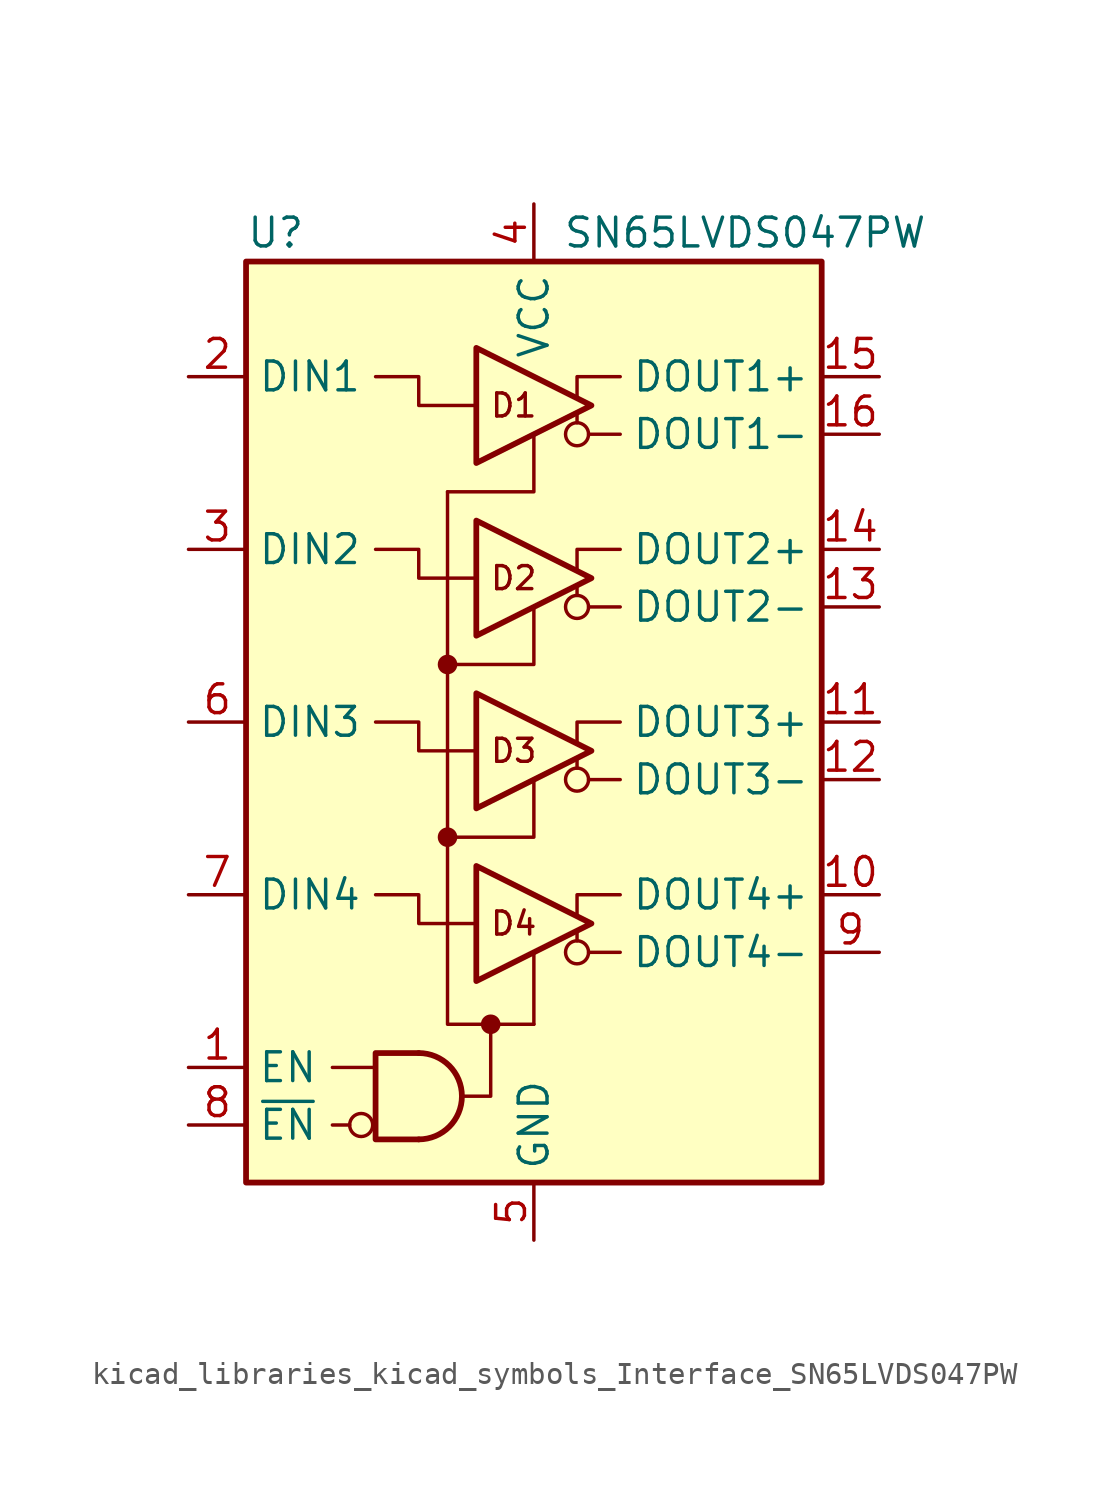
<source format=kicad_sym>
(kicad_symbol_lib
  (version 20220914)
  (generator kicad_symbol_editor)
  (symbol "kicad_libraries_kicad_symbols_Interface_SN65LVDS047PW"
    (property "Reference" "U"
      (at -12.7 21.59 0)
      (effects (font (size 1.27 1.27)) (justify left)))
    (property "Value" "SN65LVDS047PW"
      (at 1.27 21.59 0)
      (effects (font (size 1.27 1.27)) (justify left)))
    (symbol "kicad_libraries_kicad_symbols_Interface_SN65LVDS047PW_0_1"
      (polyline (pts (xy 1.905 -9.652) (xy 1.905 -9.271)) (stroke (width 0) (type default)) (fill (type none)))
      (polyline (pts (xy 1.905 -2.032) (xy 1.905 -1.651)) (stroke (width 0) (type default)) (fill (type none)))
      (polyline (pts (xy 1.905 5.588) (xy 1.905 5.969)) (stroke (width 0) (type default)) (fill (type none)))
      (polyline (pts (xy 1.905 13.208) (xy 1.905 13.589)) (stroke (width 0) (type default)) (fill (type none)))
      (polyline (pts (xy 0 12.7) (xy 0 10.16) (xy -3.81 10.16)) (stroke (width 0) (type default)) (fill (type none)))
      (polyline (pts (xy 3.81 0) (xy 1.905 0) (xy 1.905 -0.889)) (stroke (width 0) (type default)) (fill (type none)))
      (polyline (pts (xy -1.905 -13.335) (xy -1.905 -16.51) (xy -2.54 -16.51) (xy -3.175 -16.51)) (stroke (width 0) (type default)) (fill (type none)))
      (polyline (pts (xy 0 -13.335) (xy -2.54 -13.335) (xy -3.81 -13.335) (xy -3.81 10.16)) (stroke (width 0) (type default)) (fill (type none))))
    (symbol "kicad_libraries_kicad_symbols_Interface_SN65LVDS047PW_1_0"
      (rectangle (start -12.7 20.32) (end 12.7 -20.32) (stroke (width 0.254) (type default)) (fill (type background)))
      (circle (center -7.62 -17.78) (radius 0.508) (stroke (width 0) (type default)) (fill (type none)))
      (circle (center -3.81 -5.08) (radius 0.356) (stroke (width 0) (type default)) (fill (type outline)))
      (circle (center -3.81 2.54) (radius 0.356) (stroke (width 0) (type default)) (fill (type outline)))
      (circle (center -1.905 -13.335) (radius 0.356) (stroke (width 0) (type default)) (fill (type outline)))
      (polyline (pts (xy 0 -13.335) (xy 0 -10.16)) (stroke (width 0) (type default)) (fill (type none)))
      (polyline (pts (xy 3.81 -10.16) (xy 2.413 -10.16)) (stroke (width 0) (type default)) (fill (type none)))
      (polyline (pts (xy 3.81 -2.54) (xy 2.413 -2.54)) (stroke (width 0) (type default)) (fill (type none)))
      (polyline (pts (xy 3.81 5.08) (xy 2.413 5.08)) (stroke (width 0) (type default)) (fill (type none)))
      (polyline (pts (xy 3.81 12.7) (xy 2.413 12.7)) (stroke (width 0) (type default)) (fill (type none)))
      (polyline (pts (xy -3.81 -5.08) (xy 0 -5.08) (xy 0 -2.54)) (stroke (width 0) (type default)) (fill (type none)))
      (polyline (pts (xy -3.81 2.54) (xy 0 2.54) (xy 0 5.08)) (stroke (width 0) (type default)) (fill (type none)))
      (polyline (pts (xy 1.905 -8.509) (xy 1.905 -7.62) (xy 3.81 -7.62)) (stroke (width 0) (type default)) (fill (type none)))
      (polyline (pts (xy 1.905 6.731) (xy 1.905 7.62) (xy 3.81 7.62)) (stroke (width 0) (type default)) (fill (type none)))
      (polyline (pts (xy 1.905 14.351) (xy 1.905 15.24) (xy 3.81 15.24)) (stroke (width 0) (type default)) (fill (type none)))
      (polyline (pts (xy -2.54 -8.89) (xy -5.08 -8.89) (xy -5.08 -7.62) (xy -6.985 -7.62)) (stroke (width 0) (type default)) (fill (type none)))
      (polyline (pts (xy -2.54 -1.27) (xy -5.08 -1.27) (xy -5.08 0) (xy -6.985 0)) (stroke (width 0) (type default)) (fill (type none)))
      (polyline (pts (xy -2.54 6.35) (xy -5.08 6.35) (xy -5.08 7.62) (xy -6.985 7.62)) (stroke (width 0) (type default)) (fill (type none)))
      (polyline (pts (xy -2.54 13.97) (xy -5.08 13.97) (xy -5.08 15.24) (xy -6.985 15.24)) (stroke (width 0) (type default)) (fill (type none)))
      (circle (center 1.905 -10.16) (radius 0.508) (stroke (width 0) (type default)) (fill (type none)))
      (circle (center 1.905 -2.54) (radius 0.508) (stroke (width 0) (type default)) (fill (type none)))
      (circle (center 1.905 5.08) (radius 0.508) (stroke (width 0) (type default)) (fill (type none)))
      (circle (center 1.905 12.7) (radius 0.508) (stroke (width 0) (type default)) (fill (type none)))
      (text "D1" (at -0.889 13.97 0) (effects (font (size 1.016 1.016))))
      (text "D2" (at -0.889 6.35 0) (effects (font (size 1.016 1.016))))
      (text "D3" (at -0.889 -1.27 0) (effects (font (size 1.016 1.016))))
      (text "D4" (at -0.889 -8.89 0) (effects (font (size 1.016 1.016)))))
    (symbol "kicad_libraries_kicad_symbols_Interface_SN65LVDS047PW_1_1"
      (arc (start -5.08 -18.415) (mid -3.1833 -16.51) (end -5.08 -14.605) (stroke (width 0.254) (type default)) (fill (type none)))
      (polyline (pts (xy -8.89 -17.78) (xy -8.128 -17.78)) (stroke (width 0) (type default)) (fill (type none)))
      (polyline (pts (xy -8.89 -15.24) (xy -6.985 -15.24)) (stroke (width 0) (type default)) (fill (type none)))
      (polyline (pts (xy -5.08 -14.605) (xy -6.985 -14.605) (xy -6.985 -18.415) (xy -5.08 -18.415)) (stroke (width 0.254) (type default)) (fill (type none)))
      (polyline (pts (xy -2.54 -6.35) (xy -2.54 -11.43) (xy 2.54 -8.89) (xy -2.54 -6.35)) (stroke (width 0.254) (type default)) (fill (type none)))
      (polyline (pts (xy -2.54 1.27) (xy -2.54 -3.81) (xy 2.54 -1.27) (xy -2.54 1.27)) (stroke (width 0.254) (type default)) (fill (type none)))
      (polyline (pts (xy -2.54 8.89) (xy -2.54 3.81) (xy 2.54 6.35) (xy -2.54 8.89)) (stroke (width 0.254) (type default)) (fill (type none)))
      (polyline (pts (xy -2.54 16.51) (xy -2.54 11.43) (xy 2.54 13.97) (xy -2.54 16.51)) (stroke (width 0.254) (type default)) (fill (type none)))
      (pin input line (at -15.24 -15.24 0) (length 2.54) (name "EN" (effects (font (size 1.27 1.27)))) (number "1" (effects (font (size 1.27 1.27)))))
      (pin output line (at 15.24 -7.62 180) (length 2.54) (name "DOUT4+" (effects (font (size 1.27 1.27)))) (number "10" (effects (font (size 1.27 1.27)))))
      (pin output line (at 15.24 0 180) (length 2.54) (name "DOUT3+" (effects (font (size 1.27 1.27)))) (number "11" (effects (font (size 1.27 1.27)))))
      (pin output line (at 15.24 -2.54 180) (length 2.54) (name "DOUT3-" (effects (font (size 1.27 1.27)))) (number "12" (effects (font (size 1.27 1.27)))))
      (pin output line (at 15.24 5.08 180) (length 2.54) (name "DOUT2-" (effects (font (size 1.27 1.27)))) (number "13" (effects (font (size 1.27 1.27)))))
      (pin output line (at 15.24 7.62 180) (length 2.54) (name "DOUT2+" (effects (font (size 1.27 1.27)))) (number "14" (effects (font (size 1.27 1.27)))))
      (pin output line (at 15.24 15.24 180) (length 2.54) (name "DOUT1+" (effects (font (size 1.27 1.27)))) (number "15" (effects (font (size 1.27 1.27)))))
      (pin output line (at 15.24 12.7 180) (length 2.54) (name "DOUT1-" (effects (font (size 1.27 1.27)))) (number "16" (effects (font (size 1.27 1.27)))))
      (pin input line (at -15.24 15.24 0) (length 2.54) (name "DIN1" (effects (font (size 1.27 1.27)))) (number "2" (effects (font (size 1.27 1.27)))))
      (pin input line (at -15.24 7.62 0) (length 2.54) (name "DIN2" (effects (font (size 1.27 1.27)))) (number "3" (effects (font (size 1.27 1.27)))))
      (pin power_in line (at 0 22.86 270) (length 2.54) (name "VCC" (effects (font (size 1.27 1.27)))) (number "4" (effects (font (size 1.27 1.27)))))
      (pin power_in line (at 0 -22.86 90) (length 2.54) (name "GND" (effects (font (size 1.27 1.27)))) (number "5" (effects (font (size 1.27 1.27)))))
      (pin input line (at -15.24 0 0) (length 2.54) (name "DIN3" (effects (font (size 1.27 1.27)))) (number "6" (effects (font (size 1.27 1.27)))))
      (pin input line (at -15.24 -7.62 0) (length 2.54) (name "DIN4" (effects (font (size 1.27 1.27)))) (number "7" (effects (font (size 1.27 1.27)))))
      (pin input line (at -15.24 -17.78 0) (length 2.54) (name "~{EN}" (effects (font (size 1.27 1.27)))) (number "8" (effects (font (size 1.27 1.27)))))
      (pin output line (at 15.24 -10.16 180) (length 2.54) (name "DOUT4-" (effects (font (size 1.27 1.27)))) (number "9" (effects (font (size 1.27 1.27))))))))
</source>
